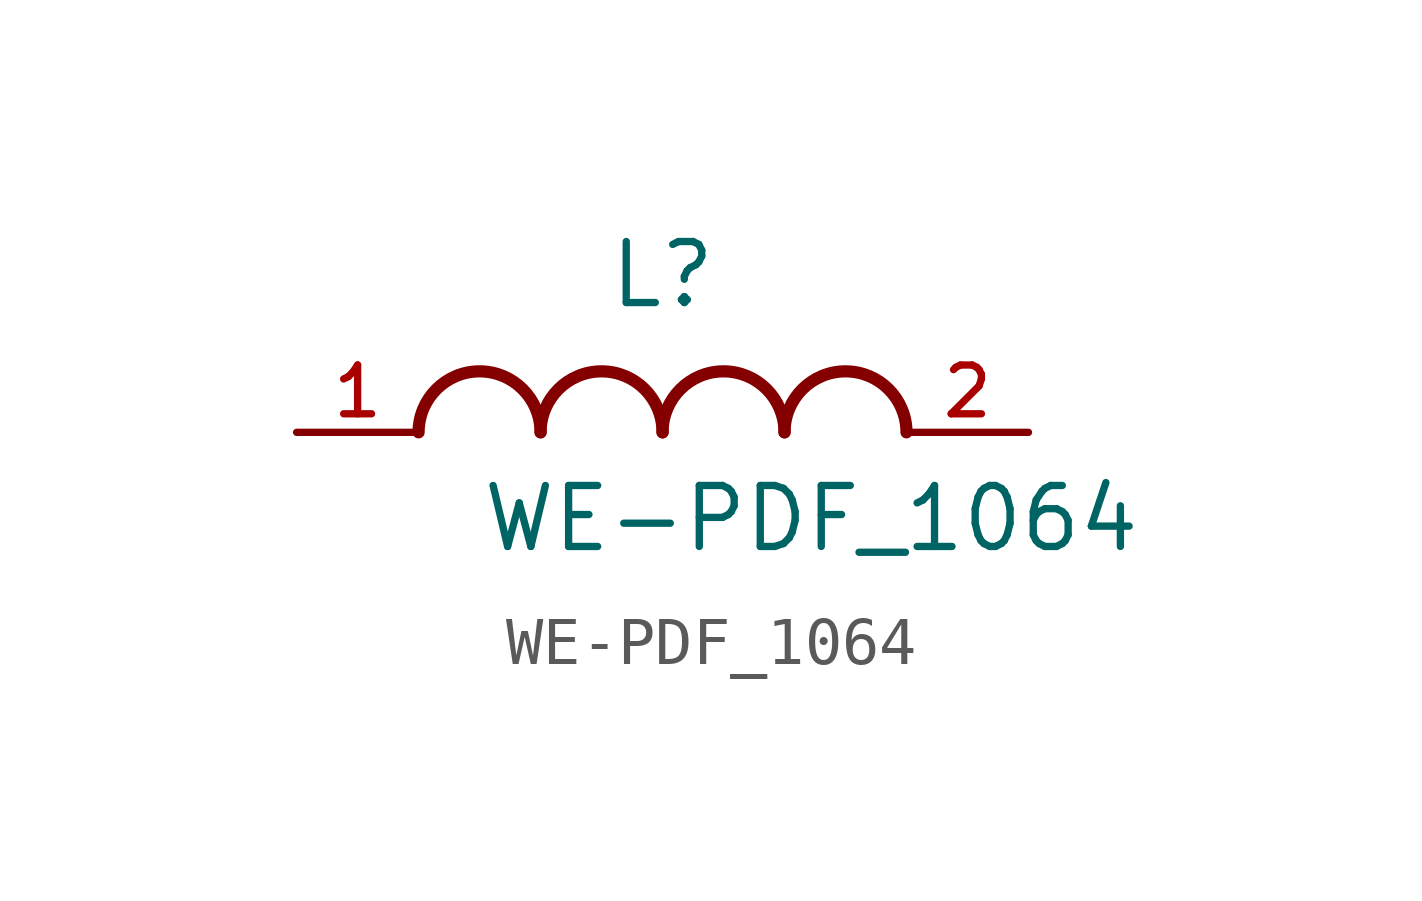
<source format=kicad_sym>
(kicad_symbol_lib
  (version 20211014)
  (generator kicad_symbol_editor)
  (symbol "WE-PDF_1064"
    (pin_names
      (offset 1.016))
    (property "Reference" "L"
      (at 0.0 2.54 0)
      (effects (font (size 1.27 1.27)) (justify bottom)))
    (property "Value" "WE-PDF_1064"
      (at -3.81 -2.54 0)
      (effects (font (size 1.27 1.27)) (justify bottom left)))
    (symbol "WE-PDF_1064_0_0"
      (arc (start -2.54 0.0) (mid -3.81 1.27) (end -5.08 0.0) (stroke (width 0.254) (type default) (color 0 0 0 0)) (fill (type none)))
      (arc (start 0.0 0.0) (mid -1.27 1.27) (end -2.54 0.0) (stroke (width 0.254) (type default) (color 0 0 0 0)) (fill (type none)))
      (arc (start 2.54 0.0) (mid 1.27 1.27) (end 0.0 0.0) (stroke (width 0.254) (type default) (color 0 0 0 0)) (fill (type none)))
      (arc (start 5.08 0.0) (mid 3.81 1.27) (end 2.54 0.0) (stroke (width 0.254) (type default) (color 0 0 0 0)) (fill (type none)))
      (pin passive line (at -7.62 0.0 0) (length 2.54) (name "~" (effects (font (size 1.016 1.016)))) (number "1" (effects (font (size 1.016 1.016)))))
      (pin passive line (at 7.62 0.0 180.0) (length 2.54) (name "~" (effects (font (size 1.016 1.016)))) (number "2" (effects (font (size 1.016 1.016))))))))
</source>
